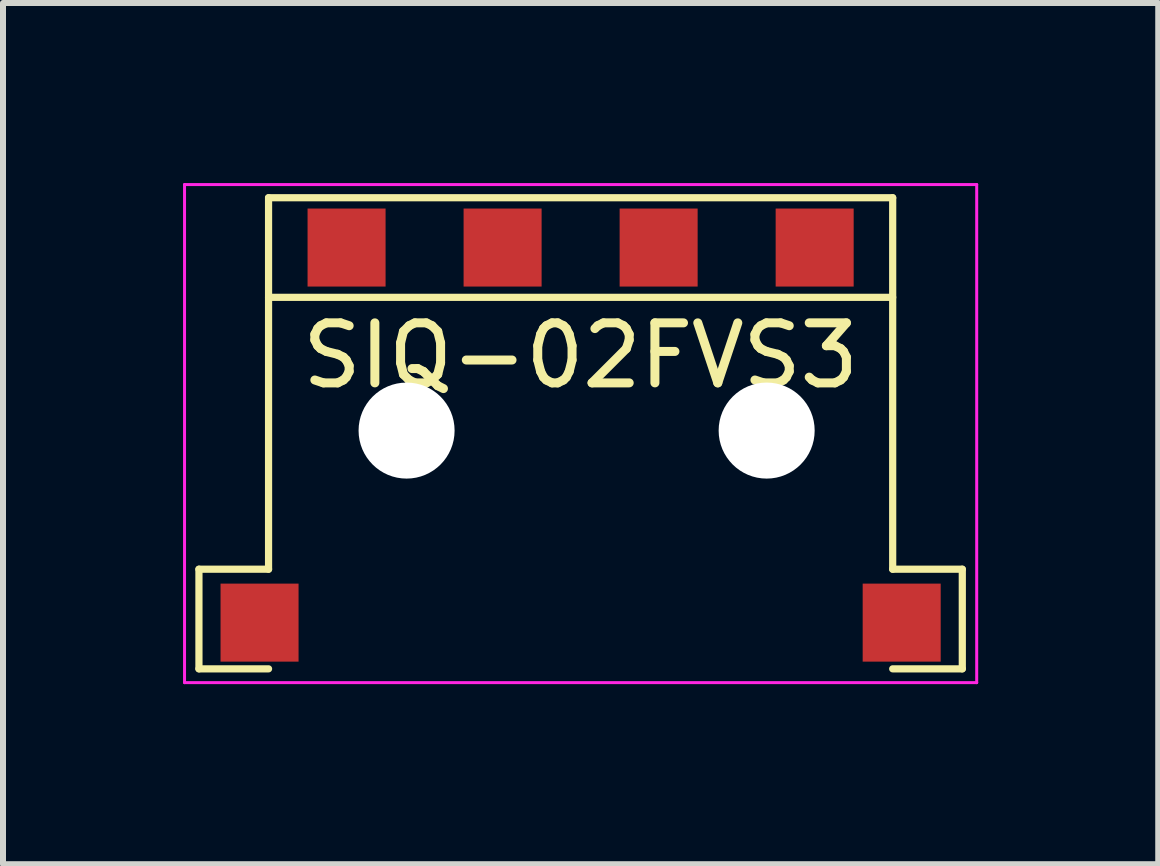
<source format=kicad_pcb>
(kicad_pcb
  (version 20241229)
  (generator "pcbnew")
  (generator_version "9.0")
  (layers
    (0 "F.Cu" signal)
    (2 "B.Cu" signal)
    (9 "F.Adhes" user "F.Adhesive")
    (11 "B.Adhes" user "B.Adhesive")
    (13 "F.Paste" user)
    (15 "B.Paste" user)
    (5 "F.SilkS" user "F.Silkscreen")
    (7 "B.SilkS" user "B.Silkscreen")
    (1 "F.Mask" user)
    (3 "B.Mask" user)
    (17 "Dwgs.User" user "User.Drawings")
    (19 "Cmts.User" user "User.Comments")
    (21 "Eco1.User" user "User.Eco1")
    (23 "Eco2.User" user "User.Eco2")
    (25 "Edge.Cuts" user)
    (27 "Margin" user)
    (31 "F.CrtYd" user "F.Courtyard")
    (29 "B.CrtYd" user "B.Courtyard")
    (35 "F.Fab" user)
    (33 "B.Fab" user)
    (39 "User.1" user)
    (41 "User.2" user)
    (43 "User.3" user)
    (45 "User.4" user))
  (footprint "SIQ-02FVS3"
    (layer "F.Cu")
    (at 6.625 1.075)
    (property "Reference" "SIQ-02FVS3" (at 0 1.8 0) (layer "F.SilkS") (effects (font (size 1 1) (thickness 0.15))))
    (attr smd)
    (fp_line (start -6.36 5.36) (end -5.2 5.36) (stroke (width 0.12) (type solid)) (layer "F.SilkS"))
    (fp_line (start -6.36 7.02) (end -6.36 5.36) (stroke (width 0.12) (type solid)) (layer "F.SilkS"))
    (fp_line (start -5.2 -0.83) (end 5.2 -0.83) (stroke (width 0.12) (type solid)) (layer "F.SilkS"))
    (fp_line (start -5.2 0.83) (end 5.2 0.83) (stroke (width 0.12) (type solid)) (layer "F.SilkS"))
    (fp_line (start -5.2 5.36) (end -5.2 -0.83) (stroke (width 0.12) (type solid)) (layer "F.SilkS"))
    (fp_line (start -5.2 7.02) (end -6.36 7.02) (stroke (width 0.12) (type solid)) (layer "F.SilkS"))
    (fp_line (start 5.2 5.36) (end 5.2 -0.83) (stroke (width 0.12) (type solid)) (layer "F.SilkS"))
    (fp_line (start 5.2 7.02) (end 6.36 7.02) (stroke (width 0.12) (type solid)) (layer "F.SilkS"))
    (fp_line (start 6.36 5.36) (end 5.2 5.36) (stroke (width 0.12) (type solid)) (layer "F.SilkS"))
    (fp_line (start 6.36 7.02) (end 6.36 5.36) (stroke (width 0.12) (type solid)) (layer "F.SilkS"))
    (fp_line (start -6.6 -1.05) (end -6.6 7.25) (stroke (width 0.05) (type solid)) (layer "F.CrtYd"))
    (fp_line (start -6.6 -1.05) (end 6.6 -1.05) (stroke (width 0.05) (type solid)) (layer "F.CrtYd"))
    (fp_line (start -6.6 7.25) (end 6.6 7.25) (stroke (width 0.05) (type solid)) (layer "F.CrtYd"))
    (fp_line (start 6.6 -1.05) (end 6.6 7.25) (stroke (width 0.05) (type solid)) (layer "F.CrtYd"))
    (pad "" np_thru_hole circle (at -2.9 3.05) (size 1.6 1.6) (drill 1.6) (layers "*.Cu" "*.Mask"))
    (pad "" np_thru_hole circle (at 3.1 3.05) (size 1.6 1.6) (drill 1.6) (layers "*.Cu" "*.Mask"))
    (pad "1" smd rect (at 3.9 0) (size 1.3 1.3) (layers "F.Cu" "F.Mask" "F.Paste"))
    (pad "2" smd rect (at 1.3 0) (size 1.3 1.3) (layers "F.Cu" "F.Mask" "F.Paste"))
    (pad "3" smd rect (at -1.3 0) (size 1.3 1.3) (layers "F.Cu" "F.Mask" "F.Paste"))
    (pad "4" smd rect (at -3.9 0) (size 1.3 1.3) (layers "F.Cu" "F.Mask" "F.Paste"))
    (pad "MP" smd rect (at -5.35 6.25) (size 1.3 1.3) (layers "F.Cu" "F.Mask" "F.Paste"))
    (pad "MP" smd rect (at 5.35 6.25) (size 1.3 1.3) (layers "F.Cu" "F.Mask" "F.Paste")))
  (gr_rect
    (start -3 -3)
    (end 16.25 11.35)
    (stroke (width 0.1) (type default))
    (fill no)
    (layer "Edge.Cuts")))
</source>
